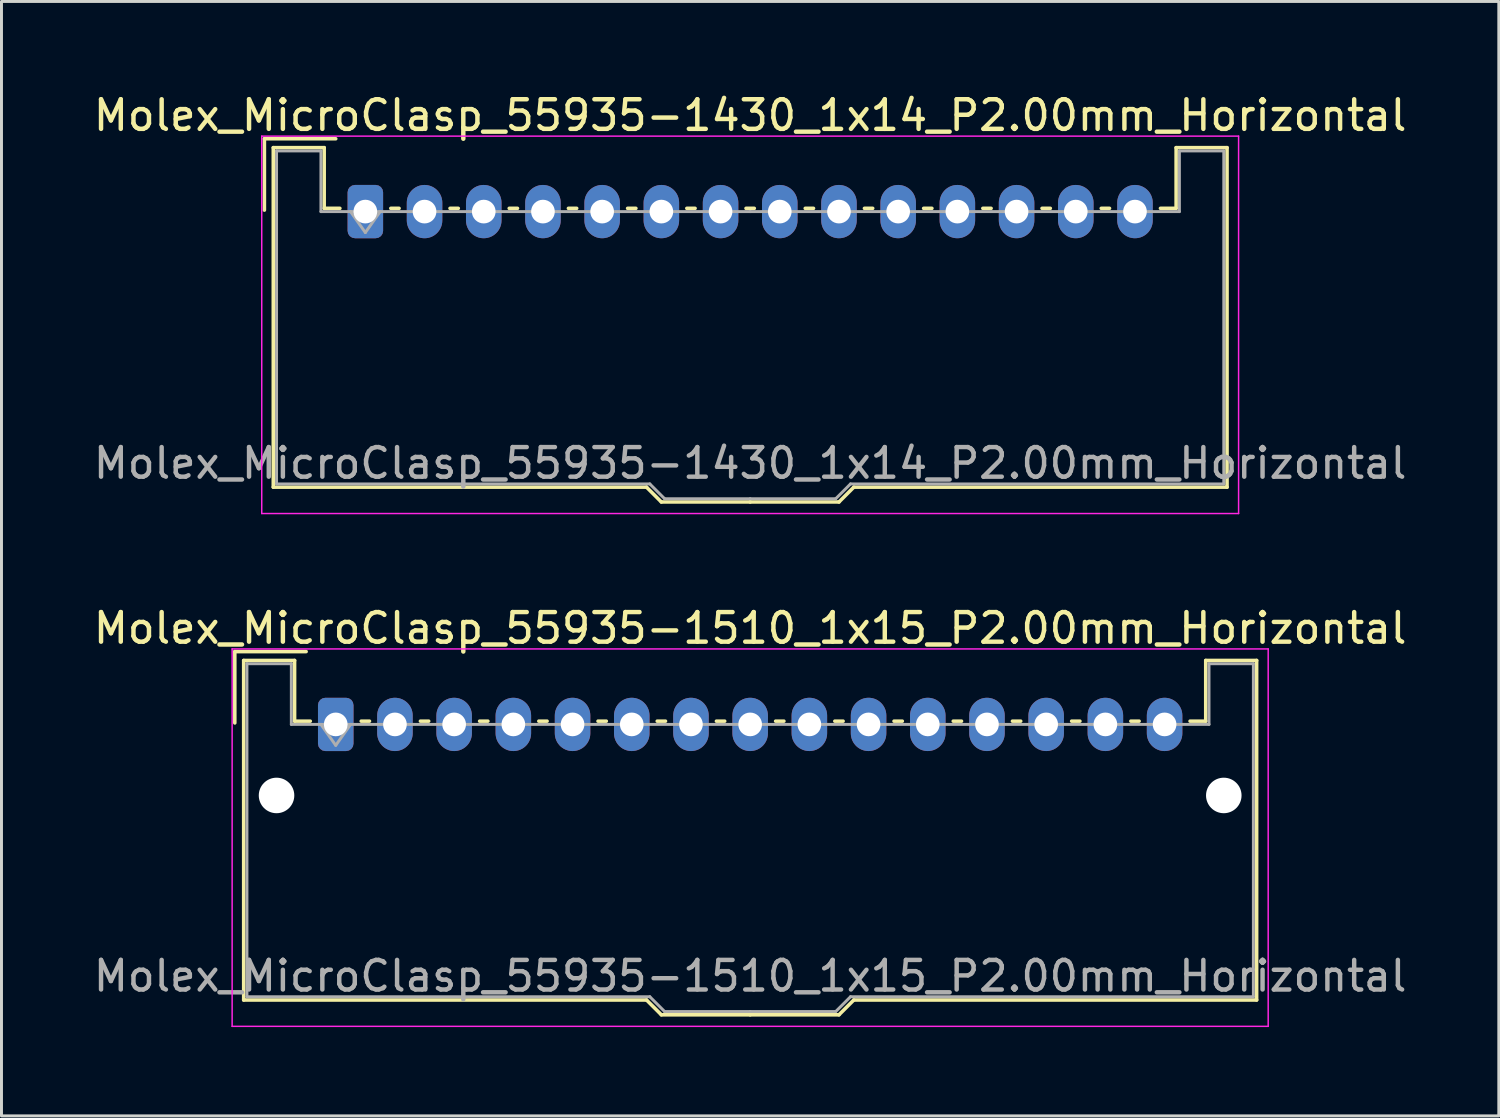
<source format=kicad_pcb>
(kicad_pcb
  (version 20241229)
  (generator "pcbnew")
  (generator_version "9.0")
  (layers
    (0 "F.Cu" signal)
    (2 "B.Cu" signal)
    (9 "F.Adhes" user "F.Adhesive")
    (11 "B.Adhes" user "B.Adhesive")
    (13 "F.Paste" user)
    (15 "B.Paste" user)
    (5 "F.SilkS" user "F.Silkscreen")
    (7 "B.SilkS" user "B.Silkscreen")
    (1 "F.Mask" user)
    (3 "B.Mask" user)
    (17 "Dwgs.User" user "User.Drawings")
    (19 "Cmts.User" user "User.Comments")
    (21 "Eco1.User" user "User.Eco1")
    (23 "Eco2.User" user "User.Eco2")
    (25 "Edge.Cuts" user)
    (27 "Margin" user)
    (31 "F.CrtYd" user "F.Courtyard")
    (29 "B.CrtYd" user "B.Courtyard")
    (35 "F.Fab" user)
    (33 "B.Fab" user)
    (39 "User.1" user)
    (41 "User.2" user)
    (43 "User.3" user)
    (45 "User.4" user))
  (footprint "Molex_MicroClasp_55935-1510_1x15_P2.00mm_Horizontal"
    (layer "F.Cu")
    (at 8.292 21.422)
    (property "Reference" "Molex_MicroClasp_55935-1510_1x15_P2.00mm_Horizontal" (at 14 -3.25 0) (layer "F.SilkS") (effects (font (size 1 1) (thickness 0.15))))
    (attr through_hole)
    (fp_line (start -3.41 -2.46) (end -1 -2.46) (stroke (width 0.12) (type solid)) (layer "F.SilkS"))
    (fp_line (start -3.41 -0.05) (end -3.41 -2.46) (stroke (width 0.12) (type solid)) (layer "F.SilkS"))
    (fp_line (start -3.11 -2.16) (end -1.39 -2.16) (stroke (width 0.12) (type solid)) (layer "F.SilkS"))
    (fp_line (start -3.11 9.31) (end -3.11 -2.16) (stroke (width 0.12) (type solid)) (layer "F.SilkS"))
    (fp_line (start -1.39 -2.16) (end -1.39 -0.11) (stroke (width 0.12) (type solid)) (layer "F.SilkS"))
    (fp_line (start -1.39 -0.11) (end -0.86 -0.11) (stroke (width 0.12) (type solid)) (layer "F.SilkS"))
    (fp_line (start 0.86 -0.11) (end 1.14 -0.11) (stroke (width 0.12) (type solid)) (layer "F.SilkS"))
    (fp_line (start 2.86 -0.11) (end 3.14 -0.11) (stroke (width 0.12) (type solid)) (layer "F.SilkS"))
    (fp_line (start 4.86 -0.11) (end 5.14 -0.11) (stroke (width 0.12) (type solid)) (layer "F.SilkS"))
    (fp_line (start 6.86 -0.11) (end 7.14 -0.11) (stroke (width 0.12) (type solid)) (layer "F.SilkS"))
    (fp_line (start 8.86 -0.11) (end 9.14 -0.11) (stroke (width 0.12) (type solid)) (layer "F.SilkS"))
    (fp_line (start 10.5 9.31) (end -3.11 9.31) (stroke (width 0.12) (type solid)) (layer "F.SilkS"))
    (fp_line (start 10.86 -0.11) (end 11.14 -0.11) (stroke (width 0.12) (type solid)) (layer "F.SilkS"))
    (fp_line (start 11 9.81) (end 10.5 9.31) (stroke (width 0.12) (type solid)) (layer "F.SilkS"))
    (fp_line (start 12.86 -0.11) (end 13.14 -0.11) (stroke (width 0.12) (type solid)) (layer "F.SilkS"))
    (fp_line (start 14 9.81) (end 11 9.81) (stroke (width 0.12) (type solid)) (layer "F.SilkS"))
    (fp_line (start 14 9.81) (end 17 9.81) (stroke (width 0.12) (type solid)) (layer "F.SilkS"))
    (fp_line (start 14.86 -0.11) (end 15.14 -0.11) (stroke (width 0.12) (type solid)) (layer "F.SilkS"))
    (fp_line (start 16.86 -0.11) (end 17.14 -0.11) (stroke (width 0.12) (type solid)) (layer "F.SilkS"))
    (fp_line (start 17 9.81) (end 17.5 9.31) (stroke (width 0.12) (type solid)) (layer "F.SilkS"))
    (fp_line (start 17.5 9.31) (end 31.11 9.31) (stroke (width 0.12) (type solid)) (layer "F.SilkS"))
    (fp_line (start 18.86 -0.11) (end 19.14 -0.11) (stroke (width 0.12) (type solid)) (layer "F.SilkS"))
    (fp_line (start 20.86 -0.11) (end 21.14 -0.11) (stroke (width 0.12) (type solid)) (layer "F.SilkS"))
    (fp_line (start 22.86 -0.11) (end 23.14 -0.11) (stroke (width 0.12) (type solid)) (layer "F.SilkS"))
    (fp_line (start 24.86 -0.11) (end 25.14 -0.11) (stroke (width 0.12) (type solid)) (layer "F.SilkS"))
    (fp_line (start 26.86 -0.11) (end 27.14 -0.11) (stroke (width 0.12) (type solid)) (layer "F.SilkS"))
    (fp_line (start 29.39 -2.16) (end 29.39 -0.11) (stroke (width 0.12) (type solid)) (layer "F.SilkS"))
    (fp_line (start 29.39 -0.11) (end 28.86 -0.11) (stroke (width 0.12) (type solid)) (layer "F.SilkS"))
    (fp_line (start 31.11 -2.16) (end 29.39 -2.16) (stroke (width 0.12) (type solid)) (layer "F.SilkS"))
    (fp_line (start 31.11 9.31) (end 31.11 -2.16) (stroke (width 0.12) (type solid)) (layer "F.SilkS"))
    (fp_line (start -3.5 -2.55) (end -3.5 10.2) (stroke (width 0.05) (type solid)) (layer "F.CrtYd"))
    (fp_line (start -3.5 10.2) (end 31.5 10.2) (stroke (width 0.05) (type solid)) (layer "F.CrtYd"))
    (fp_line (start 31.5 -2.55) (end -3.5 -2.55) (stroke (width 0.05) (type solid)) (layer "F.CrtYd"))
    (fp_line (start 31.5 10.2) (end 31.5 -2.55) (stroke (width 0.05) (type solid)) (layer "F.CrtYd"))
    (fp_line (start -3 -2.05) (end -1.5 -2.05) (stroke (width 0.1) (type solid)) (layer "F.Fab"))
    (fp_line (start -3 9.2) (end -3 -2.05) (stroke (width 0.1) (type solid)) (layer "F.Fab"))
    (fp_line (start -1.5 -2.05) (end -1.5 0) (stroke (width 0.1) (type solid)) (layer "F.Fab"))
    (fp_line (start -1.5 0) (end 14 0) (stroke (width 0.1) (type solid)) (layer "F.Fab"))
    (fp_line (start -0.5 0) (end 0 0.707) (stroke (width 0.1) (type solid)) (layer "F.Fab"))
    (fp_line (start 0 0.707) (end 0.5 0) (stroke (width 0.1) (type solid)) (layer "F.Fab"))
    (fp_line (start 10.61 9.2) (end -3 9.2) (stroke (width 0.1) (type solid)) (layer "F.Fab"))
    (fp_line (start 11.11 9.7) (end 10.61 9.2) (stroke (width 0.1) (type solid)) (layer "F.Fab"))
    (fp_line (start 14 9.7) (end 11.11 9.7) (stroke (width 0.1) (type solid)) (layer "F.Fab"))
    (fp_line (start 14 9.7) (end 16.89 9.7) (stroke (width 0.1) (type solid)) (layer "F.Fab"))
    (fp_line (start 16.89 9.7) (end 17.39 9.2) (stroke (width 0.1) (type solid)) (layer "F.Fab"))
    (fp_line (start 17.39 9.2) (end 31 9.2) (stroke (width 0.1) (type solid)) (layer "F.Fab"))
    (fp_line (start 29.5 -2.05) (end 29.5 0) (stroke (width 0.1) (type solid)) (layer "F.Fab"))
    (fp_line (start 29.5 0) (end 14 0) (stroke (width 0.1) (type solid)) (layer "F.Fab"))
    (fp_line (start 31 -2.05) (end 29.5 -2.05) (stroke (width 0.1) (type solid)) (layer "F.Fab"))
    (fp_line (start 31 9.2) (end 31 -2.05) (stroke (width 0.1) (type solid)) (layer "F.Fab"))
    (fp_text user "${REFERENCE}" (at 14 8.5 0) (layer "F.Fab") (effects (font (size 1 1) (thickness 0.15))))
    (pad "" np_thru_hole circle (at -2 2.4) (size 1.2 1.2) (drill 1.2) (layers "*.Cu" "*.Mask"))
    (pad "" np_thru_hole circle (at 30 2.4) (size 1.2 1.2) (drill 1.2) (layers "*.Cu" "*.Mask"))
    (pad "1" thru_hole roundrect (at 0 0) (size 1.2 1.8) (drill 0.8) (layers "*.Cu" "*.Mask") (roundrect_rratio 0.208))
    (pad "2" thru_hole oval (at 2 0) (size 1.2 1.8) (drill 0.8) (layers "*.Cu" "*.Mask"))
    (pad "3" thru_hole oval (at 4 0) (size 1.2 1.8) (drill 0.8) (layers "*.Cu" "*.Mask"))
    (pad "4" thru_hole oval (at 6 0) (size 1.2 1.8) (drill 0.8) (layers "*.Cu" "*.Mask"))
    (pad "5" thru_hole oval (at 8 0) (size 1.2 1.8) (drill 0.8) (layers "*.Cu" "*.Mask"))
    (pad "6" thru_hole oval (at 10 0) (size 1.2 1.8) (drill 0.8) (layers "*.Cu" "*.Mask"))
    (pad "7" thru_hole oval (at 12 0) (size 1.2 1.8) (drill 0.8) (layers "*.Cu" "*.Mask"))
    (pad "8" thru_hole oval (at 14 0) (size 1.2 1.8) (drill 0.8) (layers "*.Cu" "*.Mask"))
    (pad "9" thru_hole oval (at 16 0) (size 1.2 1.8) (drill 0.8) (layers "*.Cu" "*.Mask"))
    (pad "10" thru_hole oval (at 18 0) (size 1.2 1.8) (drill 0.8) (layers "*.Cu" "*.Mask"))
    (pad "11" thru_hole oval (at 20 0) (size 1.2 1.8) (drill 0.8) (layers "*.Cu" "*.Mask"))
    (pad "12" thru_hole oval (at 22 0) (size 1.2 1.8) (drill 0.8) (layers "*.Cu" "*.Mask"))
    (pad "13" thru_hole oval (at 24 0) (size 1.2 1.8) (drill 0.8) (layers "*.Cu" "*.Mask"))
    (pad "14" thru_hole oval (at 26 0) (size 1.2 1.8) (drill 0.8) (layers "*.Cu" "*.Mask"))
    (pad "15" thru_hole oval (at 28 0) (size 1.2 1.8) (drill 0.8) (layers "*.Cu" "*.Mask")))
  (footprint "Molex_MicroClasp_55935-1430_1x14_P2.00mm_Horizontal"
    (layer "F.Cu")
    (at 9.292 4.098)
    (property "Reference" "Molex_MicroClasp_55935-1430_1x14_P2.00mm_Horizontal" (at 13 -3.25 0) (layer "F.SilkS") (effects (font (size 1 1) (thickness 0.15))))
    (attr through_hole)
    (fp_line (start -3.41 -2.46) (end -1 -2.46) (stroke (width 0.12) (type solid)) (layer "F.SilkS"))
    (fp_line (start -3.41 -0.05) (end -3.41 -2.46) (stroke (width 0.12) (type solid)) (layer "F.SilkS"))
    (fp_line (start -3.11 -2.16) (end -1.39 -2.16) (stroke (width 0.12) (type solid)) (layer "F.SilkS"))
    (fp_line (start -3.11 9.31) (end -3.11 -2.16) (stroke (width 0.12) (type solid)) (layer "F.SilkS"))
    (fp_line (start -1.39 -2.16) (end -1.39 -0.11) (stroke (width 0.12) (type solid)) (layer "F.SilkS"))
    (fp_line (start -1.39 -0.11) (end -0.86 -0.11) (stroke (width 0.12) (type solid)) (layer "F.SilkS"))
    (fp_line (start 0.86 -0.11) (end 1.14 -0.11) (stroke (width 0.12) (type solid)) (layer "F.SilkS"))
    (fp_line (start 2.86 -0.11) (end 3.14 -0.11) (stroke (width 0.12) (type solid)) (layer "F.SilkS"))
    (fp_line (start 4.86 -0.11) (end 5.14 -0.11) (stroke (width 0.12) (type solid)) (layer "F.SilkS"))
    (fp_line (start 6.86 -0.11) (end 7.14 -0.11) (stroke (width 0.12) (type solid)) (layer "F.SilkS"))
    (fp_line (start 8.86 -0.11) (end 9.14 -0.11) (stroke (width 0.12) (type solid)) (layer "F.SilkS"))
    (fp_line (start 9.5 9.31) (end -3.11 9.31) (stroke (width 0.12) (type solid)) (layer "F.SilkS"))
    (fp_line (start 10 9.81) (end 9.5 9.31) (stroke (width 0.12) (type solid)) (layer "F.SilkS"))
    (fp_line (start 10.86 -0.11) (end 11.14 -0.11) (stroke (width 0.12) (type solid)) (layer "F.SilkS"))
    (fp_line (start 12.86 -0.11) (end 13.14 -0.11) (stroke (width 0.12) (type solid)) (layer "F.SilkS"))
    (fp_line (start 13 9.81) (end 10 9.81) (stroke (width 0.12) (type solid)) (layer "F.SilkS"))
    (fp_line (start 13 9.81) (end 16 9.81) (stroke (width 0.12) (type solid)) (layer "F.SilkS"))
    (fp_line (start 14.86 -0.11) (end 15.14 -0.11) (stroke (width 0.12) (type solid)) (layer "F.SilkS"))
    (fp_line (start 16 9.81) (end 16.5 9.31) (stroke (width 0.12) (type solid)) (layer "F.SilkS"))
    (fp_line (start 16.5 9.31) (end 29.11 9.31) (stroke (width 0.12) (type solid)) (layer "F.SilkS"))
    (fp_line (start 16.86 -0.11) (end 17.14 -0.11) (stroke (width 0.12) (type solid)) (layer "F.SilkS"))
    (fp_line (start 18.86 -0.11) (end 19.14 -0.11) (stroke (width 0.12) (type solid)) (layer "F.SilkS"))
    (fp_line (start 20.86 -0.11) (end 21.14 -0.11) (stroke (width 0.12) (type solid)) (layer "F.SilkS"))
    (fp_line (start 22.86 -0.11) (end 23.14 -0.11) (stroke (width 0.12) (type solid)) (layer "F.SilkS"))
    (fp_line (start 24.86 -0.11) (end 25.14 -0.11) (stroke (width 0.12) (type solid)) (layer "F.SilkS"))
    (fp_line (start 27.39 -2.16) (end 27.39 -0.11) (stroke (width 0.12) (type solid)) (layer "F.SilkS"))
    (fp_line (start 27.39 -0.11) (end 26.86 -0.11) (stroke (width 0.12) (type solid)) (layer "F.SilkS"))
    (fp_line (start 29.11 -2.16) (end 27.39 -2.16) (stroke (width 0.12) (type solid)) (layer "F.SilkS"))
    (fp_line (start 29.11 9.31) (end 29.11 -2.16) (stroke (width 0.12) (type solid)) (layer "F.SilkS"))
    (fp_line (start -3.5 -2.55) (end -3.5 10.2) (stroke (width 0.05) (type solid)) (layer "F.CrtYd"))
    (fp_line (start -3.5 10.2) (end 29.5 10.2) (stroke (width 0.05) (type solid)) (layer "F.CrtYd"))
    (fp_line (start 29.5 -2.55) (end -3.5 -2.55) (stroke (width 0.05) (type solid)) (layer "F.CrtYd"))
    (fp_line (start 29.5 10.2) (end 29.5 -2.55) (stroke (width 0.05) (type solid)) (layer "F.CrtYd"))
    (fp_line (start -3 -2.05) (end -1.5 -2.05) (stroke (width 0.1) (type solid)) (layer "F.Fab"))
    (fp_line (start -3 9.2) (end -3 -2.05) (stroke (width 0.1) (type solid)) (layer "F.Fab"))
    (fp_line (start -1.5 -2.05) (end -1.5 0) (stroke (width 0.1) (type solid)) (layer "F.Fab"))
    (fp_line (start -1.5 0) (end 13 0) (stroke (width 0.1) (type solid)) (layer "F.Fab"))
    (fp_line (start -0.5 0) (end 0 0.707) (stroke (width 0.1) (type solid)) (layer "F.Fab"))
    (fp_line (start 0 0.707) (end 0.5 0) (stroke (width 0.1) (type solid)) (layer "F.Fab"))
    (fp_line (start 9.61 9.2) (end -3 9.2) (stroke (width 0.1) (type solid)) (layer "F.Fab"))
    (fp_line (start 10.11 9.7) (end 9.61 9.2) (stroke (width 0.1) (type solid)) (layer "F.Fab"))
    (fp_line (start 13 9.7) (end 10.11 9.7) (stroke (width 0.1) (type solid)) (layer "F.Fab"))
    (fp_line (start 13 9.7) (end 15.89 9.7) (stroke (width 0.1) (type solid)) (layer "F.Fab"))
    (fp_line (start 15.89 9.7) (end 16.39 9.2) (stroke (width 0.1) (type solid)) (layer "F.Fab"))
    (fp_line (start 16.39 9.2) (end 29 9.2) (stroke (width 0.1) (type solid)) (layer "F.Fab"))
    (fp_line (start 27.5 -2.05) (end 27.5 0) (stroke (width 0.1) (type solid)) (layer "F.Fab"))
    (fp_line (start 27.5 0) (end 13 0) (stroke (width 0.1) (type solid)) (layer "F.Fab"))
    (fp_line (start 29 -2.05) (end 27.5 -2.05) (stroke (width 0.1) (type solid)) (layer "F.Fab"))
    (fp_line (start 29 9.2) (end 29 -2.05) (stroke (width 0.1) (type solid)) (layer "F.Fab"))
    (fp_text user "${REFERENCE}" (at 13 8.5 0) (layer "F.Fab") (effects (font (size 1 1) (thickness 0.15))))
    (pad "1" thru_hole roundrect (at 0 0) (size 1.2 1.8) (drill 0.8) (layers "*.Cu" "*.Mask") (roundrect_rratio 0.208))
    (pad "2" thru_hole oval (at 2 0) (size 1.2 1.8) (drill 0.8) (layers "*.Cu" "*.Mask"))
    (pad "3" thru_hole oval (at 4 0) (size 1.2 1.8) (drill 0.8) (layers "*.Cu" "*.Mask"))
    (pad "4" thru_hole oval (at 6 0) (size 1.2 1.8) (drill 0.8) (layers "*.Cu" "*.Mask"))
    (pad "5" thru_hole oval (at 8 0) (size 1.2 1.8) (drill 0.8) (layers "*.Cu" "*.Mask"))
    (pad "6" thru_hole oval (at 10 0) (size 1.2 1.8) (drill 0.8) (layers "*.Cu" "*.Mask"))
    (pad "7" thru_hole oval (at 12 0) (size 1.2 1.8) (drill 0.8) (layers "*.Cu" "*.Mask"))
    (pad "8" thru_hole oval (at 14 0) (size 1.2 1.8) (drill 0.8) (layers "*.Cu" "*.Mask"))
    (pad "9" thru_hole oval (at 16 0) (size 1.2 1.8) (drill 0.8) (layers "*.Cu" "*.Mask"))
    (pad "10" thru_hole oval (at 18 0) (size 1.2 1.8) (drill 0.8) (layers "*.Cu" "*.Mask"))
    (pad "11" thru_hole oval (at 20 0) (size 1.2 1.8) (drill 0.8) (layers "*.Cu" "*.Mask"))
    (pad "12" thru_hole oval (at 22 0) (size 1.2 1.8) (drill 0.8) (layers "*.Cu" "*.Mask"))
    (pad "13" thru_hole oval (at 24 0) (size 1.2 1.8) (drill 0.8) (layers "*.Cu" "*.Mask"))
    (pad "14" thru_hole oval (at 26 0) (size 1.2 1.8) (drill 0.8) (layers "*.Cu" "*.Mask")))
  (gr_rect
    (start -3 -3)
    (end 47.583 34.647)
    (stroke (width 0.1) (type default))
    (fill no)
    (layer "Edge.Cuts")))
</source>
